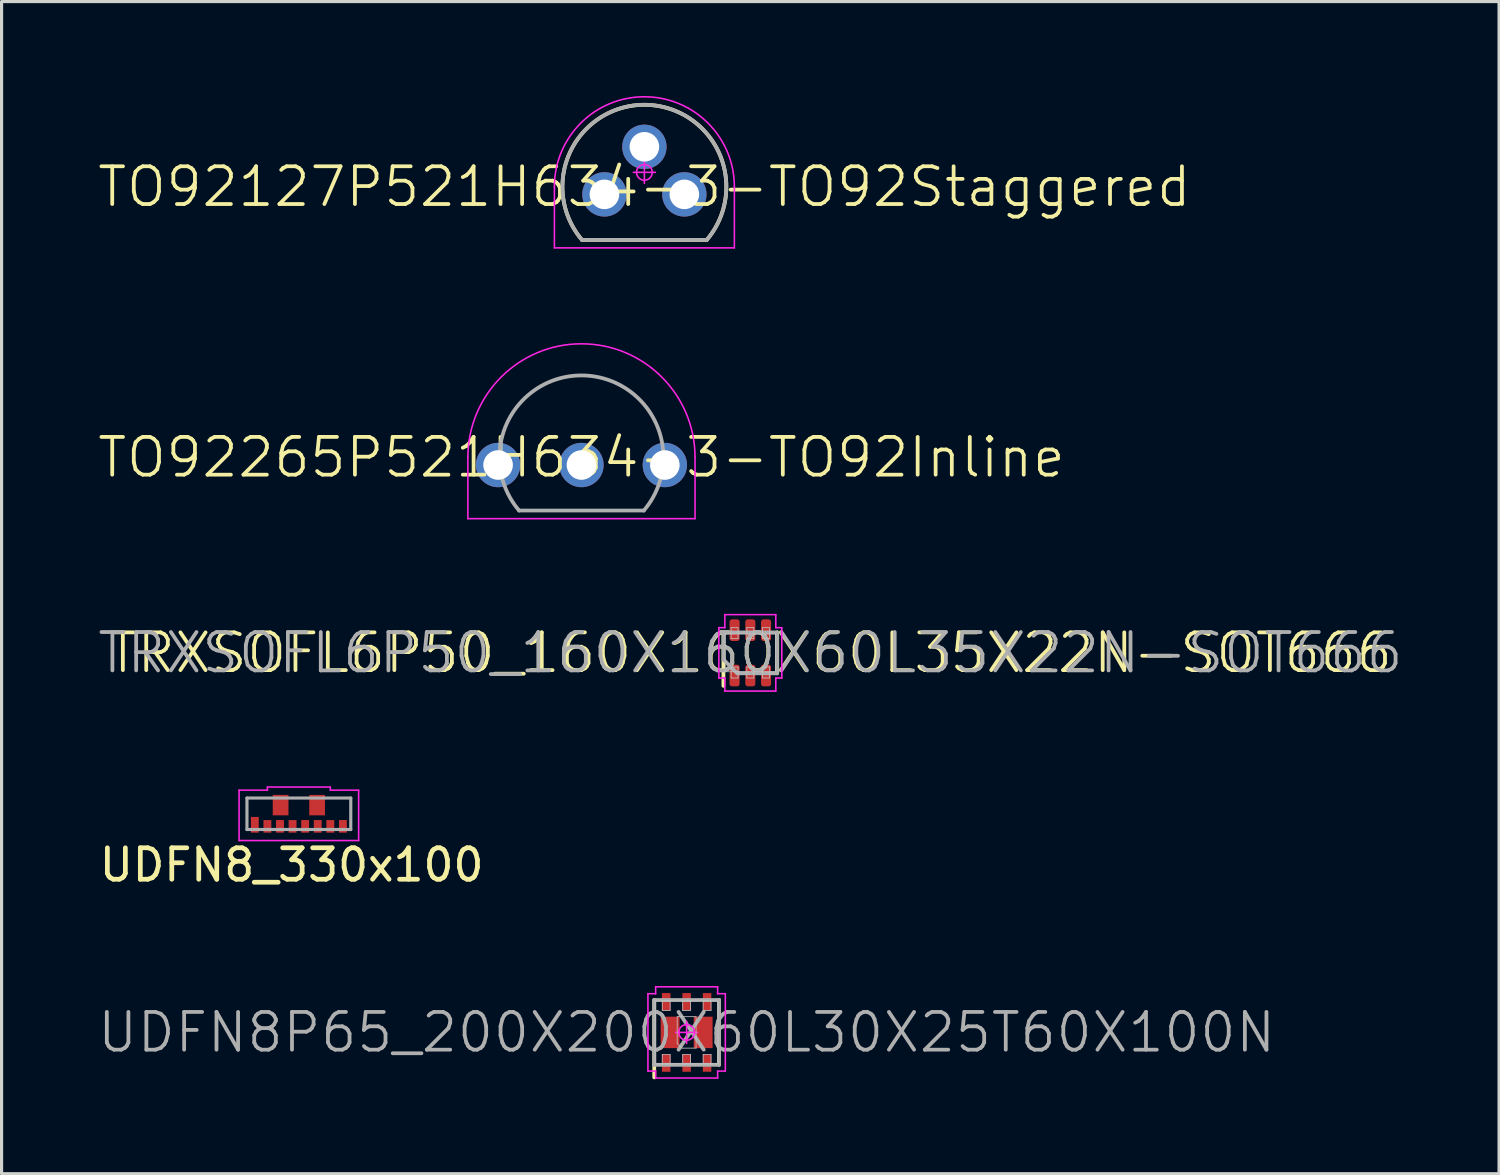
<source format=kicad_pcb>
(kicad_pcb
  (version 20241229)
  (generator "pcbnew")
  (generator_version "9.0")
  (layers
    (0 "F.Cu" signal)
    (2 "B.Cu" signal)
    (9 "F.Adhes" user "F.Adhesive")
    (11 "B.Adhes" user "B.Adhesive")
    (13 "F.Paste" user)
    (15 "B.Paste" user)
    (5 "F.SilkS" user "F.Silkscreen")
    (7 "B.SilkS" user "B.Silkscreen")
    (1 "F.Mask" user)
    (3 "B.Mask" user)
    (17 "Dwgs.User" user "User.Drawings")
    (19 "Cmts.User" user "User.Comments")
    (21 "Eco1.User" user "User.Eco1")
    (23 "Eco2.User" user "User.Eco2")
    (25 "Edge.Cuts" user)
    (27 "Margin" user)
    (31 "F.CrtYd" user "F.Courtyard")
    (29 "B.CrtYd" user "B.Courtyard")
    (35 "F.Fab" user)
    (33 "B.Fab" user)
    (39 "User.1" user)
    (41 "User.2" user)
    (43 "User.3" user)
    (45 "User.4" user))
  (footprint "UDFN8P65_200X200X60L30X25T60X100N"
    (layer "F.Cu")
    (at 18.774 29.764)
    (property "Reference" "UDFN8P65_200X200X60L30X25T60X100N" (at 0 0 0) (layer "F.Fab") (effects (font (size 1.2 1.2) (thickness 0.12))))
    (attr smd)
    (fp_line (start -1.03 1.43) (end -1.03 -1.03) (stroke (width 0.12) (type solid)) (layer "F.SilkS"))
    (fp_line (start 1.03 1.03) (end 1.03 -1.03) (stroke (width 0.12) (type solid)) (layer "F.SilkS"))
    (fp_line (start -1 -1) (end 1 -1) (stroke (width 0.025) (type solid)) (layer "Dwgs.User"))
    (fp_line (start -1 1) (end -1 -1) (stroke (width 0.025) (type solid)) (layer "Dwgs.User"))
    (fp_line (start -0.775 -1) (end -0.525 -1) (stroke (width 0.025) (type solid)) (layer "Dwgs.User"))
    (fp_line (start -0.775 -0.7) (end -0.775 -1) (stroke (width 0.025) (type solid)) (layer "Dwgs.User"))
    (fp_line (start -0.775 0.7) (end -0.525 0.7) (stroke (width 0.025) (type solid)) (layer "Dwgs.User"))
    (fp_line (start -0.775 1) (end -0.775 0.7) (stroke (width 0.025) (type solid)) (layer "Dwgs.User"))
    (fp_line (start -0.525 -1) (end -0.525 -0.7) (stroke (width 0.025) (type solid)) (layer "Dwgs.User"))
    (fp_line (start -0.525 -0.7) (end -0.775 -0.7) (stroke (width 0.025) (type solid)) (layer "Dwgs.User"))
    (fp_line (start -0.525 0.7) (end -0.525 1) (stroke (width 0.025) (type solid)) (layer "Dwgs.User"))
    (fp_line (start -0.525 1) (end -0.775 1) (stroke (width 0.025) (type solid)) (layer "Dwgs.User"))
    (fp_line (start -0.3 -0.5) (end -0.3 0.35) (stroke (width 0.025) (type solid)) (layer "Dwgs.User"))
    (fp_line (start -0.3 0.35) (end -0.15 0.5) (stroke (width 0.025) (type solid)) (layer "Dwgs.User"))
    (fp_line (start -0.15 0.5) (end 0.3 0.5) (stroke (width 0.025) (type solid)) (layer "Dwgs.User"))
    (fp_line (start -0.125 -1) (end 0.125 -1) (stroke (width 0.025) (type solid)) (layer "Dwgs.User"))
    (fp_line (start -0.125 -0.7) (end -0.125 -1) (stroke (width 0.025) (type solid)) (layer "Dwgs.User"))
    (fp_line (start -0.125 0.7) (end 0.125 0.7) (stroke (width 0.025) (type solid)) (layer "Dwgs.User"))
    (fp_line (start -0.125 1) (end -0.125 0.7) (stroke (width 0.025) (type solid)) (layer "Dwgs.User"))
    (fp_line (start 0.125 -1) (end 0.125 -0.7) (stroke (width 0.025) (type solid)) (layer "Dwgs.User"))
    (fp_line (start 0.125 -0.7) (end -0.125 -0.7) (stroke (width 0.025) (type solid)) (layer "Dwgs.User"))
    (fp_line (start 0.125 0.7) (end 0.125 1) (stroke (width 0.025) (type solid)) (layer "Dwgs.User"))
    (fp_line (start 0.125 1) (end -0.125 1) (stroke (width 0.025) (type solid)) (layer "Dwgs.User"))
    (fp_line (start 0.3 -0.5) (end -0.3 -0.5) (stroke (width 0.025) (type solid)) (layer "Dwgs.User"))
    (fp_line (start 0.3 0.5) (end 0.3 -0.5) (stroke (width 0.025) (type solid)) (layer "Dwgs.User"))
    (fp_line (start 0.525 -1) (end 0.775 -1) (stroke (width 0.025) (type solid)) (layer "Dwgs.User"))
    (fp_line (start 0.525 -0.7) (end 0.525 -1) (stroke (width 0.025) (type solid)) (layer "Dwgs.User"))
    (fp_line (start 0.525 0.7) (end 0.775 0.7) (stroke (width 0.025) (type solid)) (layer "Dwgs.User"))
    (fp_line (start 0.525 1) (end 0.525 0.7) (stroke (width 0.025) (type solid)) (layer "Dwgs.User"))
    (fp_line (start 0.775 -1) (end 0.775 -0.7) (stroke (width 0.025) (type solid)) (layer "Dwgs.User"))
    (fp_line (start 0.775 -0.7) (end 0.525 -0.7) (stroke (width 0.025) (type solid)) (layer "Dwgs.User"))
    (fp_line (start 0.775 0.7) (end 0.775 1) (stroke (width 0.025) (type solid)) (layer "Dwgs.User"))
    (fp_line (start 0.775 1) (end 0.525 1) (stroke (width 0.025) (type solid)) (layer "Dwgs.User"))
    (fp_line (start 1 -1) (end 1 1) (stroke (width 0.025) (type solid)) (layer "Dwgs.User"))
    (fp_line (start 1 1) (end -1 1) (stroke (width 0.025) (type solid)) (layer "Dwgs.User"))
    (fp_line (start -1.23 -1.23) (end -1.23 1.23) (stroke (width 0.05) (type solid)) (layer "F.CrtYd"))
    (fp_line (start -1.23 1.23) (end -0.985 1.23) (stroke (width 0.05) (type solid)) (layer "F.CrtYd"))
    (fp_line (start -0.985 -1.45) (end -0.985 -1.23) (stroke (width 0.05) (type solid)) (layer "F.CrtYd"))
    (fp_line (start -0.985 -1.23) (end -1.23 -1.23) (stroke (width 0.05) (type solid)) (layer "F.CrtYd"))
    (fp_line (start -0.985 1.23) (end -0.985 1.45) (stroke (width 0.05) (type solid)) (layer "F.CrtYd"))
    (fp_line (start -0.985 1.45) (end 0.985 1.45) (stroke (width 0.05) (type solid)) (layer "F.CrtYd"))
    (fp_line (start -0.35 0) (end 0.35 0) (stroke (width 0.05) (type solid)) (layer "F.CrtYd"))
    (fp_line (start 0 -0.35) (end 0 0.35) (stroke (width 0.05) (type solid)) (layer "F.CrtYd"))
    (fp_line (start 0.985 -1.45) (end -0.985 -1.45) (stroke (width 0.05) (type solid)) (layer "F.CrtYd"))
    (fp_line (start 0.985 -1.23) (end 0.985 -1.45) (stroke (width 0.05) (type solid)) (layer "F.CrtYd"))
    (fp_line (start 0.985 1.23) (end 1.23 1.23) (stroke (width 0.05) (type solid)) (layer "F.CrtYd"))
    (fp_line (start 0.985 1.45) (end 0.985 1.23) (stroke (width 0.05) (type solid)) (layer "F.CrtYd"))
    (fp_line (start 1.23 -1.23) (end 0.985 -1.23) (stroke (width 0.05) (type solid)) (layer "F.CrtYd"))
    (fp_line (start 1.23 1.23) (end 1.23 -1.23) (stroke (width 0.05) (type solid)) (layer "F.CrtYd"))
    (fp_circle (center 0 0) (end 0 0.25) (stroke (width 0.05) (type solid)) (fill no) (layer "F.CrtYd"))
    (fp_line (start -1.03 -1.03) (end 1.03 -1.03) (stroke (width 0.12) (type solid)) (layer "F.Fab"))
    (fp_line (start -1.03 1.03) (end -1.03 -1.03) (stroke (width 0.12) (type solid)) (layer "F.Fab"))
    (fp_line (start 1.03 -1.03) (end 1.03 1.03) (stroke (width 0.12) (type solid)) (layer "F.Fab"))
    (fp_line (start 1.03 1.03) (end -1.03 1.03) (stroke (width 0.12) (type solid)) (layer "F.Fab"))
    (pad "1" smd rect (at -0.65 0.975 90) (size 0.55 0.27) (layers "F.Cu" "F.Mask" "F.Paste"))
    (pad "2" smd rect (at 0 0.975 90) (size 0.55 0.27) (layers "F.Cu" "F.Mask" "F.Paste"))
    (pad "3" smd rect (at 0.65 0.975 90) (size 0.55 0.27) (layers "F.Cu" "F.Mask" "F.Paste"))
    (pad "4" smd rect (at 0.65 -0.975 90) (size 0.55 0.27) (layers "F.Cu" "F.Mask" "F.Paste"))
    (pad "5" smd rect (at 0 -0.975 90) (size 0.55 0.27) (layers "F.Cu" "F.Mask" "F.Paste"))
    (pad "6" smd rect (at -0.65 -0.975 90) (size 0.55 0.27) (layers "F.Cu" "F.Mask" "F.Paste"))
    (pad "7" smd rect (at -0.525 0 90) (size 1 0.6) (layers "F.Cu" "F.Mask" "F.Paste"))
    (pad "8" smd rect (at 0.525 0 90) (size 1 0.6) (layers "F.Cu" "F.Mask" "F.Paste")))
  (footprint "UDFN8_330x100"
    (layer "F.Cu")
    (at 6.449 22.815)
    (property "Reference" "UDFN8_330x100" (at -0.229 1.626 0) (layer "F.SilkS") (effects (font (size 1 1) (thickness 0.15))))
    (attr through_hole)
    (fp_line (start -1.9 -0.75) (end -1 -0.75) (stroke (width 0.05) (type solid)) (layer "F.CrtYd"))
    (fp_line (start -1.9 0.85) (end -1.9 -0.75) (stroke (width 0.05) (type solid)) (layer "F.CrtYd"))
    (fp_line (start -1 -0.85) (end -1 -0.75) (stroke (width 0.05) (type solid)) (layer "F.CrtYd"))
    (fp_line (start -1 -0.85) (end 1 -0.85) (stroke (width 0.05) (type solid)) (layer "F.CrtYd"))
    (fp_line (start 1 -0.75) (end 1 -0.85) (stroke (width 0.05) (type solid)) (layer "F.CrtYd"))
    (fp_line (start 1 -0.75) (end 1.9 -0.75) (stroke (width 0.05) (type solid)) (layer "F.CrtYd"))
    (fp_line (start 1.9 -0.75) (end 1.9 0.85) (stroke (width 0.05) (type solid)) (layer "F.CrtYd"))
    (fp_line (start 1.9 0.85) (end -1.9 0.85) (stroke (width 0.05) (type solid)) (layer "F.CrtYd"))
    (fp_line (start -1.65 -0.5) (end 1.65 -0.5) (stroke (width 0.1) (type solid)) (layer "F.Fab"))
    (fp_line (start -1.65 0.5) (end -1.65 -0.5) (stroke (width 0.1) (type solid)) (layer "F.Fab"))
    (fp_line (start 1.65 -0.5) (end 1.65 0.5) (stroke (width 0.1) (type solid)) (layer "F.Fab"))
    (fp_line (start 1.65 0.5) (end -1.65 0.5) (stroke (width 0.1) (type solid)) (layer "F.Fab"))
    (pad "" smd rect (at -0.58 -0.275) (size 0.5 0.65) (layers "F.Cu" "F.Mask" "F.Paste"))
    (pad "" smd rect (at 0.58 -0.275) (size 0.5 0.65) (layers "F.Cu" "F.Mask" "F.Paste"))
    (pad "1" smd rect (at -1.4 0.35) (size 0.25 0.5) (layers "F.Cu" "F.Mask" "F.Paste"))
    (pad "2" smd rect (at -1 0.4) (size 0.25 0.4) (layers "F.Cu" "F.Mask" "F.Paste"))
    (pad "3" smd rect (at -0.6 0.4) (size 0.25 0.4) (layers "F.Cu" "F.Mask" "F.Paste"))
    (pad "4" smd rect (at -0.2 0.4) (size 0.25 0.4) (layers "F.Cu" "F.Mask" "F.Paste"))
    (pad "5" smd rect (at 0.2 0.4) (size 0.25 0.4) (layers "F.Cu" "F.Mask" "F.Paste"))
    (pad "6" smd rect (at 0.6 0.4) (size 0.25 0.4) (layers "F.Cu" "F.Mask" "F.Paste"))
    (pad "7" smd rect (at 1 0.4) (size 0.25 0.4) (layers "F.Cu" "F.Mask" "F.Paste"))
    (pad "8" smd rect (at 1.4 0.4) (size 0.25 0.4) (layers "F.Cu" "F.Mask" "F.Paste")))
  (footprint "TO92127P521H634-3-TO92Staggered"
    (layer "F.Cu")
    (at 17.431 2.428)
    (property "Reference" "TO92127P521H634-3-TO92Staggered" (at 0 0.458 0) (layer "F.SilkS") (effects (font (size 1.2 1.2) (thickness 0.12))))
    (attr through_hole)
    (fp_line (start -1.982 2.147) (end 1.982 2.147) (stroke (width 0.12) (type solid)) (layer "F.SilkS"))
    (fp_arc (start -1.9824 2.1475) (mid -0.000002 -2.147497) (end 1.982403 2.147496) (stroke (width 0.12) (type solid)) (layer "F.SilkS"))
    (fp_line (start -2.86 0.458) (end -2.86 2.4) (stroke (width 0.05) (type solid)) (layer "F.CrtYd"))
    (fp_line (start -2.86 2.4) (end 2.86 2.4) (stroke (width 0.05) (type solid)) (layer "F.CrtYd"))
    (fp_line (start -0.35 0) (end 0.35 0) (stroke (width 0.05) (type solid)) (layer "F.CrtYd"))
    (fp_line (start 0 0.35) (end 0 -0.35) (stroke (width 0.05) (type solid)) (layer "F.CrtYd"))
    (fp_line (start 2.86 2.4) (end 2.86 0.458) (stroke (width 0.05) (type solid)) (layer "F.CrtYd"))
    (fp_arc (start -2.86 0.4575) (mid 0 -2.4025) (end 2.86 0.4575) (stroke (width 0.05) (type solid)) (layer "F.CrtYd"))
    (fp_circle (center 0 0) (end 0 0.25) (stroke (width 0.05) (type solid)) (fill no) (layer "F.CrtYd"))
    (fp_line (start -1.982 2.147) (end 1.982 2.147) (stroke (width 0.12) (type solid)) (layer "F.Fab"))
    (fp_arc (start -1.9824 2.1475) (mid -0.000002 -2.147497) (end 1.982403 2.147496) (stroke (width 0.12) (type solid)) (layer "F.Fab"))
    (pad "1" thru_hole circle (at -1.27 0.7) (size 1.41 1.41) (drill 0.94) (layers "*.Cu" "*.Mask"))
    (pad "2" thru_hole circle (at 0 -0.812) (size 1.41 1.41) (drill 0.94) (layers "*.Cu" "*.Mask"))
    (pad "3" thru_hole circle (at 1.27 0.7) (size 1.41 1.41) (drill 0.94) (layers "*.Cu" "*.Mask")))
  (footprint "TO92265P521H634-3-TO92Inline"
    (layer "F.Cu")
    (at 15.431 10.655)
    (property "Reference" "TO92265P521H634-3-TO92Inline" (at 0 0.833 0) (layer "F.SilkS") (effects (font (size 1.2 1.2) (thickness 0.12))))
    (attr through_hole)
    (fp_line (start -3.61 0.833) (end -3.61 2.78) (stroke (width 0.05) (type solid)) (layer "F.CrtYd"))
    (fp_line (start -3.61 2.78) (end 3.61 2.78) (stroke (width 0.05) (type solid)) (layer "F.CrtYd"))
    (fp_line (start 3.61 2.78) (end 3.61 0.833) (stroke (width 0.05) (type solid)) (layer "F.CrtYd"))
    (fp_arc (start -3.61 0.8325) (mid 0 -2.7775) (end 3.61 0.8325) (stroke (width 0.05) (type solid)) (layer "F.CrtYd"))
    (fp_line (start -1.982 2.522) (end 1.982 2.522) (stroke (width 0.12) (type solid)) (layer "F.Fab"))
    (fp_arc (start -1.9824 2.5225) (mid -0.000002 -1.772497) (end 1.982403 2.522496) (stroke (width 0.12) (type solid)) (layer "F.Fab"))
    (pad "1" thru_hole circle (at -2.65 1.075) (size 1.41 1.41) (drill 0.94) (layers "*.Cu" "*.Mask"))
    (pad "2" thru_hole circle (at 0 1.075) (size 1.41 1.41) (drill 0.94) (layers "*.Cu" "*.Mask"))
    (pad "3" thru_hole circle (at 2.65 1.075) (size 1.41 1.41) (drill 0.94) (layers "*.Cu" "*.Mask")))
  (footprint "TRXSOFL6P50_160X160X60L35X22N-SOT666"
    (layer "F.Cu")
    (at 20.798 17.7)
    (property "Reference" "TRXSOFL6P50_160X160X60L35X22N-SOT666" (at 0 0 0) (layer "F.SilkS") (effects (font (size 1.2 1.2) (thickness 0.12))))
    (attr smd)
    (fp_line (start -0.855 1.05) (end -0.855 -0.65) (stroke (width 0.12) (type solid)) (layer "F.SilkS"))
    (fp_line (start 0.855 -0.65) (end 0.855 0.65) (stroke (width 0.12) (type solid)) (layer "F.SilkS"))
    (fp_line (start -0.8 -0.6) (end 0.8 -0.6) (stroke (width 0.025) (type solid)) (layer "Dwgs.User"))
    (fp_line (start -0.8 0.6) (end -0.8 -0.6) (stroke (width 0.025) (type solid)) (layer "Dwgs.User"))
    (fp_line (start -0.61 -0.8) (end -0.39 -0.8) (stroke (width 0.025) (type solid)) (layer "Dwgs.User"))
    (fp_line (start -0.61 -0.45) (end -0.61 -0.8) (stroke (width 0.025) (type solid)) (layer "Dwgs.User"))
    (fp_line (start -0.61 0.45) (end -0.39 0.45) (stroke (width 0.025) (type solid)) (layer "Dwgs.User"))
    (fp_line (start -0.61 0.8) (end -0.61 0.45) (stroke (width 0.025) (type solid)) (layer "Dwgs.User"))
    (fp_line (start -0.39 -0.8) (end -0.39 -0.45) (stroke (width 0.025) (type solid)) (layer "Dwgs.User"))
    (fp_line (start -0.39 -0.45) (end -0.61 -0.45) (stroke (width 0.025) (type solid)) (layer "Dwgs.User"))
    (fp_line (start -0.39 0.45) (end -0.39 0.8) (stroke (width 0.025) (type solid)) (layer "Dwgs.User"))
    (fp_line (start -0.39 0.8) (end -0.61 0.8) (stroke (width 0.025) (type solid)) (layer "Dwgs.User"))
    (fp_line (start -0.11 -0.8) (end 0.11 -0.8) (stroke (width 0.025) (type solid)) (layer "Dwgs.User"))
    (fp_line (start -0.11 -0.45) (end -0.11 -0.8) (stroke (width 0.025) (type solid)) (layer "Dwgs.User"))
    (fp_line (start -0.11 0.45) (end 0.11 0.45) (stroke (width 0.025) (type solid)) (layer "Dwgs.User"))
    (fp_line (start -0.11 0.8) (end -0.11 0.45) (stroke (width 0.025) (type solid)) (layer "Dwgs.User"))
    (fp_line (start 0.11 -0.8) (end 0.11 -0.45) (stroke (width 0.025) (type solid)) (layer "Dwgs.User"))
    (fp_line (start 0.11 -0.45) (end -0.11 -0.45) (stroke (width 0.025) (type solid)) (layer "Dwgs.User"))
    (fp_line (start 0.11 0.45) (end 0.11 0.8) (stroke (width 0.025) (type solid)) (layer "Dwgs.User"))
    (fp_line (start 0.11 0.8) (end -0.11 0.8) (stroke (width 0.025) (type solid)) (layer "Dwgs.User"))
    (fp_line (start 0.39 -0.8) (end 0.61 -0.8) (stroke (width 0.025) (type solid)) (layer "Dwgs.User"))
    (fp_line (start 0.39 -0.45) (end 0.39 -0.8) (stroke (width 0.025) (type solid)) (layer "Dwgs.User"))
    (fp_line (start 0.39 0.45) (end 0.61 0.45) (stroke (width 0.025) (type solid)) (layer "Dwgs.User"))
    (fp_line (start 0.39 0.8) (end 0.39 0.45) (stroke (width 0.025) (type solid)) (layer "Dwgs.User"))
    (fp_line (start 0.61 -0.8) (end 0.61 -0.45) (stroke (width 0.025) (type solid)) (layer "Dwgs.User"))
    (fp_line (start 0.61 -0.45) (end 0.39 -0.45) (stroke (width 0.025) (type solid)) (layer "Dwgs.User"))
    (fp_line (start 0.61 0.45) (end 0.61 0.8) (stroke (width 0.025) (type solid)) (layer "Dwgs.User"))
    (fp_line (start 0.61 0.8) (end 0.39 0.8) (stroke (width 0.025) (type solid)) (layer "Dwgs.User"))
    (fp_line (start 0.8 -0.6) (end 0.8 0.6) (stroke (width 0.025) (type solid)) (layer "Dwgs.User"))
    (fp_line (start 0.8 0.6) (end -0.8 0.6) (stroke (width 0.025) (type solid)) (layer "Dwgs.User"))
    (fp_line (start -1 -0.8) (end -1 0.8) (stroke (width 0.05) (type solid)) (layer "F.CrtYd"))
    (fp_line (start -1 0.8) (end -0.81 0.8) (stroke (width 0.05) (type solid)) (layer "F.CrtYd"))
    (fp_line (start -0.81 -1.215) (end -0.81 -0.8) (stroke (width 0.05) (type solid)) (layer "F.CrtYd"))
    (fp_line (start -0.81 -0.8) (end -1 -0.8) (stroke (width 0.05) (type solid)) (layer "F.CrtYd"))
    (fp_line (start -0.81 0.8) (end -0.81 1.215) (stroke (width 0.05) (type solid)) (layer "F.CrtYd"))
    (fp_line (start -0.81 1.215) (end 0.81 1.215) (stroke (width 0.05) (type solid)) (layer "F.CrtYd"))
    (fp_line (start 0.81 -1.215) (end -0.81 -1.215) (stroke (width 0.05) (type solid)) (layer "F.CrtYd"))
    (fp_line (start 0.81 -0.8) (end 0.81 -1.215) (stroke (width 0.05) (type solid)) (layer "F.CrtYd"))
    (fp_line (start 0.81 0.8) (end 1 0.8) (stroke (width 0.05) (type solid)) (layer "F.CrtYd"))
    (fp_line (start 0.81 1.215) (end 0.81 0.8) (stroke (width 0.05) (type solid)) (layer "F.CrtYd"))
    (fp_line (start 1 -0.8) (end 0.81 -0.8) (stroke (width 0.05) (type solid)) (layer "F.CrtYd"))
    (fp_line (start 1 0.8) (end 1 -0.8) (stroke (width 0.05) (type solid)) (layer "F.CrtYd"))
    (fp_line (start -0.85 -0.65) (end 0.85 -0.65) (stroke (width 0.12) (type solid)) (layer "F.Fab"))
    (fp_line (start -0.85 0.217) (end -0.85 -0.65) (stroke (width 0.12) (type solid)) (layer "F.Fab"))
    (fp_line (start -0.417 0.65) (end -0.85 0.217) (stroke (width 0.12) (type solid)) (layer "F.Fab"))
    (fp_line (start 0.85 -0.65) (end 0.85 0.65) (stroke (width 0.12) (type solid)) (layer "F.Fab"))
    (fp_line (start 0.85 0.65) (end -0.417 0.65) (stroke (width 0.12) (type solid)) (layer "F.Fab"))
    (fp_text user "${REFERENCE}" (at 0 0 0) (layer "F.Fab") (effects (font (size 1.22 1.22) (thickness 0.12))))
    (pad "1" smd roundrect (at -0.5 0.721 90) (size 0.688 0.32) (layers "F.Cu" "F.Mask" "F.Paste") (roundrect_rratio 0.25))
    (pad "2" smd roundrect (at 0 0.721 90) (size 0.688 0.32) (layers "F.Cu" "F.Mask" "F.Paste") (roundrect_rratio 0.25))
    (pad "3" smd roundrect (at 0.5 0.721 90) (size 0.688 0.32) (layers "F.Cu" "F.Mask" "F.Paste") (roundrect_rratio 0.25))
    (pad "4" smd roundrect (at 0.5 -0.721 90) (size 0.688 0.32) (layers "F.Cu" "F.Mask" "F.Paste") (roundrect_rratio 0.25))
    (pad "5" smd roundrect (at 0 -0.721 90) (size 0.688 0.32) (layers "F.Cu" "F.Mask" "F.Paste") (roundrect_rratio 0.25))
    (pad "6" smd roundrect (at -0.5 -0.721 90) (size 0.688 0.32) (layers "F.Cu" "F.Mask" "F.Paste") (roundrect_rratio 0.25)))
  (gr_rect
    (start -3 -3)
    (end 44.596 34.254)
    (stroke (width 0.1) (type default))
    (fill no)
    (layer "Edge.Cuts")))
</source>
